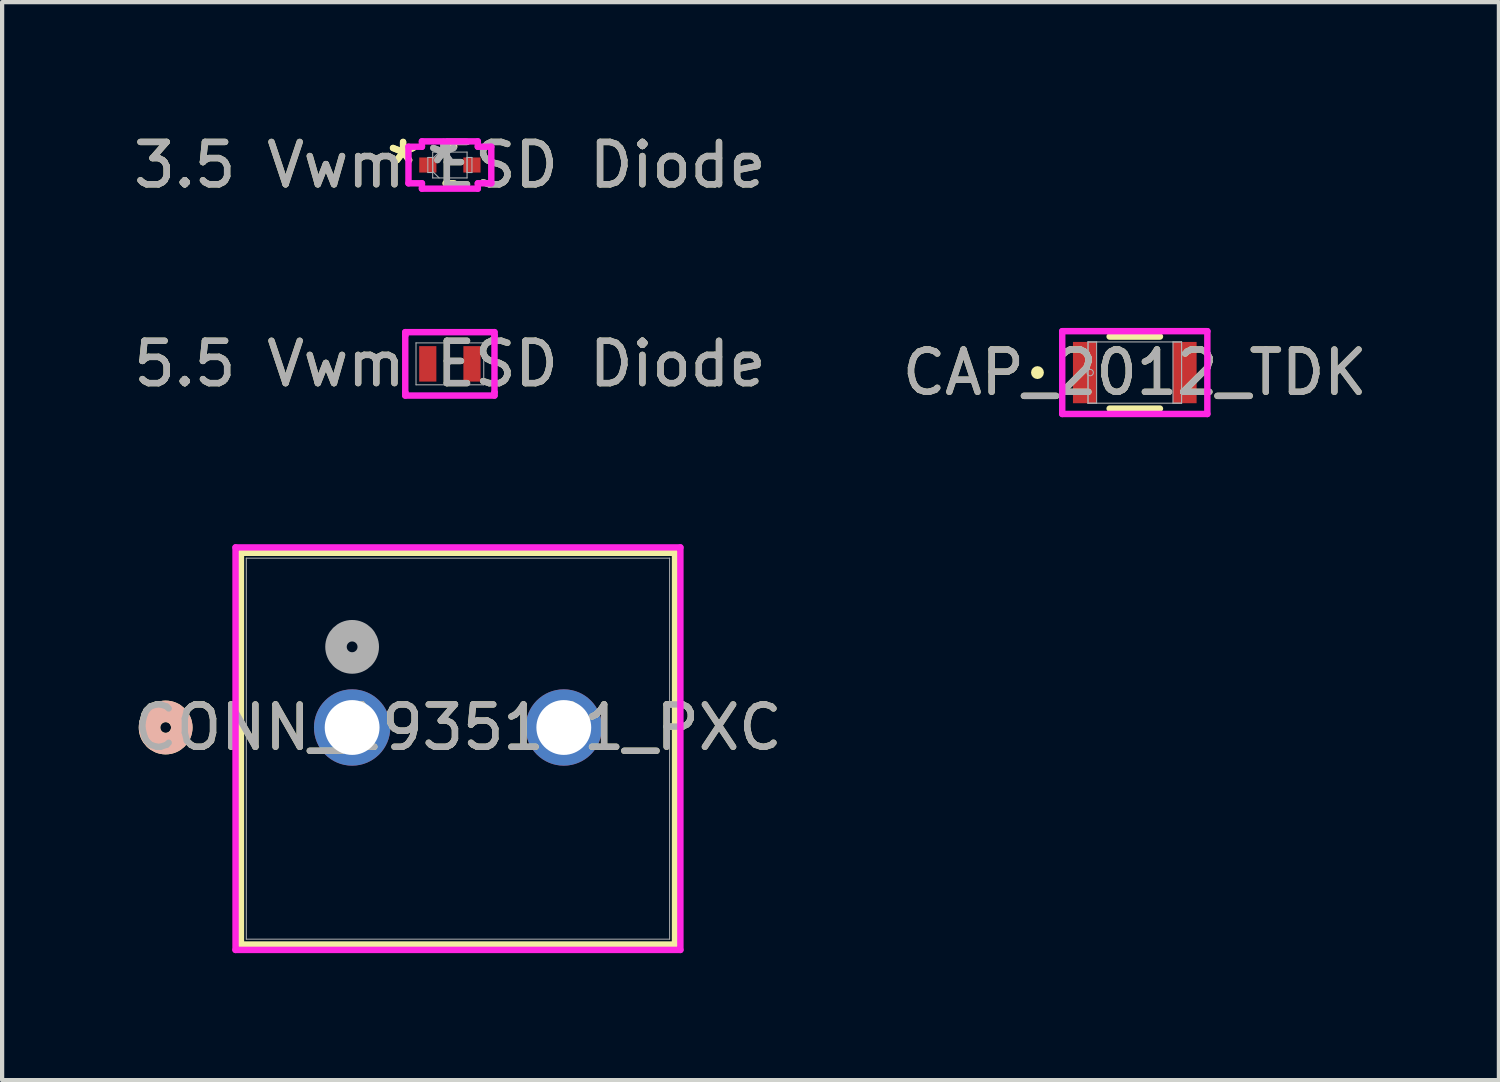
<source format=kicad_pcb>
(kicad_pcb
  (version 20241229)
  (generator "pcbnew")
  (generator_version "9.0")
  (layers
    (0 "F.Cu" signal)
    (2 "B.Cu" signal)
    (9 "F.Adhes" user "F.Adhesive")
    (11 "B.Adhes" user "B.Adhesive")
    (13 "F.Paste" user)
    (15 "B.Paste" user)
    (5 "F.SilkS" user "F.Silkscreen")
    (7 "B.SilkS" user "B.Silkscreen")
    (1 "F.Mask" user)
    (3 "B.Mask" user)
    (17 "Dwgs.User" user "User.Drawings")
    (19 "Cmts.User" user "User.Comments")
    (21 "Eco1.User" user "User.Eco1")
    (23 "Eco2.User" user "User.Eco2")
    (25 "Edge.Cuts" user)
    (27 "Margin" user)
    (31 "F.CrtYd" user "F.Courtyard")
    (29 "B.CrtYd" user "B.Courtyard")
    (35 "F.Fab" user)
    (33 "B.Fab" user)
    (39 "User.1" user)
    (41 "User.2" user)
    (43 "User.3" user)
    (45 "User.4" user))
  (footprint "5.5 Vwm ESD Diode"
    (layer "F.Cu")
    (at 7.577 5.545)
    (property "Reference" "5.5 Vwm ESD Diode" (at 0 0 0) (unlocked yes) (layer "F.SilkS") (effects (font (size 1 1) (thickness 0.15))))
    (attr smd)
    (fp_line (start -1.054 -0.749) (end 1.054 -0.749) (stroke (width 0.152) (type solid)) (layer "F.CrtYd"))
    (fp_line (start -1.054 -0.673) (end -1.054 -0.749) (stroke (width 0.152) (type solid)) (layer "F.CrtYd"))
    (fp_line (start -1.054 -0.673) (end -1.054 -0.673) (stroke (width 0.152) (type solid)) (layer "F.CrtYd"))
    (fp_line (start -1.054 0.673) (end -1.054 -0.673) (stroke (width 0.152) (type solid)) (layer "F.CrtYd"))
    (fp_line (start -1.054 0.673) (end -1.054 0.673) (stroke (width 0.152) (type solid)) (layer "F.CrtYd"))
    (fp_line (start -1.054 0.749) (end -1.054 0.673) (stroke (width 0.152) (type solid)) (layer "F.CrtYd"))
    (fp_line (start 1.054 -0.749) (end 1.054 -0.673) (stroke (width 0.152) (type solid)) (layer "F.CrtYd"))
    (fp_line (start 1.054 -0.673) (end 1.054 -0.673) (stroke (width 0.152) (type solid)) (layer "F.CrtYd"))
    (fp_line (start 1.054 -0.673) (end 1.054 0.673) (stroke (width 0.152) (type solid)) (layer "F.CrtYd"))
    (fp_line (start 1.054 0.673) (end 1.054 0.673) (stroke (width 0.152) (type solid)) (layer "F.CrtYd"))
    (fp_line (start 1.054 0.673) (end 1.054 0.749) (stroke (width 0.152) (type solid)) (layer "F.CrtYd"))
    (fp_line (start 1.054 0.749) (end -1.054 0.749) (stroke (width 0.152) (type solid)) (layer "F.CrtYd"))
    (fp_line (start -0.8 -0.495) (end -0.8 0.495) (stroke (width 0.025) (type solid)) (layer "F.Fab"))
    (fp_line (start -0.8 0.495) (end 0.8 0.495) (stroke (width 0.025) (type solid)) (layer "F.Fab"))
    (fp_line (start 0.8 -0.495) (end -0.8 -0.495) (stroke (width 0.025) (type solid)) (layer "F.Fab"))
    (fp_line (start 0.8 0.495) (end 0.8 -0.495) (stroke (width 0.025) (type solid)) (layer "F.Fab"))
    (fp_circle (center 0 0) (end 0 0) (stroke (width 0.025) (type solid)) (fill no) (layer "F.Fab"))
    (fp_text user "${REFERENCE}" (at 0 0 0) (unlocked yes) (layer "F.Fab") (effects (font (size 1 1) (thickness 0.15))))
    (pad "1" smd rect (at -0.522 0) (size 0.406 0.838) (layers "F.Cu" "F.Mask" "F.Paste"))
    (pad "2" smd rect (at 0.522 0) (size 0.406 0.838) (layers "F.Cu" "F.Mask" "F.Paste")))
  (footprint "CONN_1935161_PXC"
    (layer "F.Cu")
    (at 5.268 14.135)
    (property "Reference" "CONN_1935161_PXC" (at 2.5 0 0) (unlocked yes) (layer "F.SilkS") (effects (font (size 1 1) (thickness 0.15))))
    (attr through_hole)
    (fp_line (start -2.627 -4.127) (end -2.627 5.127) (stroke (width 0.152) (type solid)) (layer "F.SilkS"))
    (fp_line (start -2.627 5.127) (end 7.627 5.127) (stroke (width 0.152) (type solid)) (layer "F.SilkS"))
    (fp_line (start 7.627 -4.127) (end -2.627 -4.127) (stroke (width 0.152) (type solid)) (layer "F.SilkS"))
    (fp_line (start 7.627 5.127) (end 7.627 -4.127) (stroke (width 0.152) (type solid)) (layer "F.SilkS"))
    (fp_circle (center -4.405 0) (end -4.024 0) (stroke (width 0.508) (type solid)) (fill no) (layer "F.SilkS"))
    (fp_circle (center -4.405 0) (end -4.024 0) (stroke (width 0.508) (type solid)) (fill no) (layer "B.SilkS"))
    (fp_line (start -2.754 -4.254) (end -2.754 5.254) (stroke (width 0.152) (type solid)) (layer "F.CrtYd"))
    (fp_line (start -2.754 5.254) (end 7.754 5.254) (stroke (width 0.152) (type solid)) (layer "F.CrtYd"))
    (fp_line (start 7.754 -4.254) (end -2.754 -4.254) (stroke (width 0.152) (type solid)) (layer "F.CrtYd"))
    (fp_line (start 7.754 5.254) (end 7.754 -4.254) (stroke (width 0.152) (type solid)) (layer "F.CrtYd"))
    (fp_line (start -2.5 -4) (end -2.5 5) (stroke (width 0.025) (type solid)) (layer "F.Fab"))
    (fp_line (start -2.5 5) (end 7.5 5) (stroke (width 0.025) (type solid)) (layer "F.Fab"))
    (fp_line (start 7.5 -4) (end -2.5 -4) (stroke (width 0.025) (type solid)) (layer "F.Fab"))
    (fp_line (start 7.5 5) (end 7.5 -4) (stroke (width 0.025) (type solid)) (layer "F.Fab"))
    (fp_circle (center 0 -1.905) (end 0.381 -1.905) (stroke (width 0.508) (type solid)) (fill no) (layer "F.Fab"))
    (fp_text user "${REFERENCE}" (at 2.5 0 0) (unlocked yes) (layer "F.Fab") (effects (font (size 1 1) (thickness 0.15))))
    (pad "1" thru_hole circle (at 0 0) (size 1.803 1.803) (drill 1.295) (layers "*.Cu" "*.Mask"))
    (pad "2" thru_hole circle (at 5 0) (size 1.803 1.803) (drill 1.295) (layers "*.Cu" "*.Mask")))
  (footprint "CAP_2012_TDK"
    (layer "F.Cu")
    (at 23.756 5.751)
    (property "Reference" "CAP_2012_TDK" (at 0 0 0) (unlocked yes) (layer "F.SilkS") (effects (font (size 1 1) (thickness 0.15))))
    (attr smd)
    (fp_line (start -0.594 0.851) (end 0.594 0.851) (stroke (width 0.152) (type solid)) (layer "F.SilkS"))
    (fp_line (start 0.594 -0.851) (end -0.594 -0.851) (stroke (width 0.152) (type solid)) (layer "F.SilkS"))
    (fp_circle (center -2.299 0) (end -2.223 0) (stroke (width 0.152) (type solid)) (fill no) (layer "F.SilkS"))
    (fp_line (start -1.714 -0.978) (end 1.714 -0.978) (stroke (width 0.152) (type solid)) (layer "F.CrtYd"))
    (fp_line (start -1.714 0.978) (end -1.714 -0.978) (stroke (width 0.152) (type solid)) (layer "F.CrtYd"))
    (fp_line (start 1.714 -0.978) (end 1.714 0.978) (stroke (width 0.152) (type solid)) (layer "F.CrtYd"))
    (fp_line (start 1.714 0.978) (end -1.714 0.978) (stroke (width 0.152) (type solid)) (layer "F.CrtYd"))
    (fp_line (start -1.105 -0.724) (end -1.105 0.724) (stroke (width 0.025) (type solid)) (layer "F.Fab"))
    (fp_line (start -1.105 -0.724) (end -1.105 0.724) (stroke (width 0.025) (type solid)) (layer "F.Fab"))
    (fp_line (start -1.105 0.724) (end -0.902 0.724) (stroke (width 0.025) (type solid)) (layer "F.Fab"))
    (fp_line (start -1.105 0.724) (end 1.105 0.724) (stroke (width 0.025) (type solid)) (layer "F.Fab"))
    (fp_line (start -0.902 -0.724) (end -1.105 -0.724) (stroke (width 0.025) (type solid)) (layer "F.Fab"))
    (fp_line (start -0.902 0.724) (end -0.902 -0.724) (stroke (width 0.025) (type solid)) (layer "F.Fab"))
    (fp_line (start 0.902 -0.724) (end 0.902 0.724) (stroke (width 0.025) (type solid)) (layer "F.Fab"))
    (fp_line (start 0.902 0.724) (end 1.105 0.724) (stroke (width 0.025) (type solid)) (layer "F.Fab"))
    (fp_line (start 1.105 -0.724) (end -1.105 -0.724) (stroke (width 0.025) (type solid)) (layer "F.Fab"))
    (fp_line (start 1.105 -0.724) (end 0.902 -0.724) (stroke (width 0.025) (type solid)) (layer "F.Fab"))
    (fp_line (start 1.105 0.724) (end 1.105 -0.724) (stroke (width 0.025) (type solid)) (layer "F.Fab"))
    (fp_line (start 1.105 0.724) (end 1.105 -0.724) (stroke (width 0.025) (type solid)) (layer "F.Fab"))
    (fp_circle (center -1.054 0) (end -0.978 0) (stroke (width 0.025) (type solid)) (fill no) (layer "F.Fab"))
    (fp_text user "${REFERENCE}" (at 0 0 0) (unlocked yes) (layer "F.Fab") (effects (font (size 1 1) (thickness 0.15))))
    (pad "1" smd rect (at -1.181 0) (size 0.559 1.448) (layers "F.Cu" "F.Mask" "F.Paste"))
    (pad "2" smd rect (at 1.181 0) (size 0.559 1.448) (layers "F.Cu" "F.Mask" "F.Paste"))
    (zone (net_name "") (layer "F.Cu") (hatch full 0.508) (connect_pads) (min_thickness 0.254) (filled_areas_thickness no) (keepout (tracks not_allowed) (vias not_allowed) (pads allowed) (copperpour not_allowed) (footprints allowed)) (placement (enabled no)) (fill) (polygon (pts (xy 22.905 5.077) (xy 24.607 5.077) (xy 24.607 6.424) (xy 22.905 6.424)))))
  (footprint "3.5 Vwm ESD Diode"
    (layer "F.Cu")
    (at 7.577 0.848)
    (property "Reference" "3.5 Vwm ESD Diode" (at 0 0 0) (unlocked yes) (layer "F.SilkS") (effects (font (size 1 1) (thickness 0.15))))
    (attr smd)
    (fp_line (start -0.103 0.432) (end 0.103 0.432) (stroke (width 0.152) (type solid)) (layer "F.SilkS"))
    (fp_line (start 0.103 -0.432) (end -0.103 -0.432) (stroke (width 0.152) (type solid)) (layer "F.SilkS"))
    (fp_line (start -0.978 -0.432) (end -0.66 -0.432) (stroke (width 0.152) (type solid)) (layer "F.CrtYd"))
    (fp_line (start -0.978 0.432) (end -0.978 -0.432) (stroke (width 0.152) (type solid)) (layer "F.CrtYd"))
    (fp_line (start -0.66 -0.559) (end 0.66 -0.559) (stroke (width 0.152) (type solid)) (layer "F.CrtYd"))
    (fp_line (start -0.66 -0.432) (end -0.66 -0.559) (stroke (width 0.152) (type solid)) (layer "F.CrtYd"))
    (fp_line (start -0.66 0.432) (end -0.978 0.432) (stroke (width 0.152) (type solid)) (layer "F.CrtYd"))
    (fp_line (start -0.66 0.559) (end -0.66 0.432) (stroke (width 0.152) (type solid)) (layer "F.CrtYd"))
    (fp_line (start 0.66 -0.559) (end 0.66 -0.432) (stroke (width 0.152) (type solid)) (layer "F.CrtYd"))
    (fp_line (start 0.66 -0.432) (end 0.978 -0.432) (stroke (width 0.152) (type solid)) (layer "F.CrtYd"))
    (fp_line (start 0.66 0.432) (end 0.66 0.559) (stroke (width 0.152) (type solid)) (layer "F.CrtYd"))
    (fp_line (start 0.66 0.559) (end -0.66 0.559) (stroke (width 0.152) (type solid)) (layer "F.CrtYd"))
    (fp_line (start 0.978 -0.432) (end 0.978 0.432) (stroke (width 0.152) (type solid)) (layer "F.CrtYd"))
    (fp_line (start 0.978 0.432) (end 0.66 0.432) (stroke (width 0.152) (type solid)) (layer "F.CrtYd"))
    (fp_line (start -0.521 -0.178) (end -0.521 0.178) (stroke (width 0.025) (type solid)) (layer "F.Fab"))
    (fp_line (start -0.521 0.178) (end -0.406 0.178) (stroke (width 0.025) (type solid)) (layer "F.Fab"))
    (fp_line (start -0.406 -0.305) (end -0.406 0.305) (stroke (width 0.025) (type solid)) (layer "F.Fab"))
    (fp_line (start -0.406 -0.178) (end -0.521 -0.178) (stroke (width 0.025) (type solid)) (layer "F.Fab"))
    (fp_line (start -0.406 -0.152) (end -0.254 -0.305) (stroke (width 0.025) (type solid)) (layer "F.Fab"))
    (fp_line (start -0.406 0.152) (end -0.254 0.305) (stroke (width 0.025) (type solid)) (layer "F.Fab"))
    (fp_line (start -0.406 0.178) (end -0.406 -0.178) (stroke (width 0.025) (type solid)) (layer "F.Fab"))
    (fp_line (start -0.406 0.305) (end 0.406 0.305) (stroke (width 0.025) (type solid)) (layer "F.Fab"))
    (fp_line (start 0.406 -0.305) (end -0.406 -0.305) (stroke (width 0.025) (type solid)) (layer "F.Fab"))
    (fp_line (start 0.406 -0.178) (end 0.406 0.178) (stroke (width 0.025) (type solid)) (layer "F.Fab"))
    (fp_line (start 0.406 0.178) (end 0.521 0.178) (stroke (width 0.025) (type solid)) (layer "F.Fab"))
    (fp_line (start 0.406 0.305) (end 0.406 -0.305) (stroke (width 0.025) (type solid)) (layer "F.Fab"))
    (fp_line (start 0.521 -0.178) (end 0.406 -0.178) (stroke (width 0.025) (type solid)) (layer "F.Fab"))
    (fp_line (start 0.521 0.178) (end 0.521 -0.178) (stroke (width 0.025) (type solid)) (layer "F.Fab"))
    (fp_text user "*" (at -1.105 0 0) (layer "F.SilkS") (effects (font (size 1 1) (thickness 0.15))))
    (fp_text user "*" (at -1.105 0 0) (unlocked yes) (layer "F.SilkS") (effects (font (size 1 1) (thickness 0.15))))
    (fp_text user "*" (at -0.152 0 0) (layer "F.Fab") (effects (font (size 1 1) (thickness 0.15))))
    (fp_text user "${REFERENCE}" (at 0 0 0) (unlocked yes) (layer "F.Fab") (effects (font (size 1 1) (thickness 0.15))))
    (fp_text user "*" (at -0.152 0 0) (unlocked yes) (layer "F.Fab") (effects (font (size 1 1) (thickness 0.15))))
    (pad "1" smd rect (at -0.521 0) (size 0.406 0.356) (layers "F.Cu" "F.Mask" "F.Paste"))
    (pad "2" smd rect (at 0.521 0) (size 0.406 0.356) (layers "F.Cu" "F.Mask" "F.Paste"))
    (zone (net_name "") (layer "F.Cu") (hatch full 0.508) (connect_pads) (min_thickness 0.254) (filled_areas_thickness no) (keepout (tracks not_allowed) (vias not_allowed) (pads allowed) (copperpour not_allowed) (footprints allowed)) (placement (enabled no)) (fill) (polygon (pts (xy 7.311 0.594) (xy 7.844 0.594) (xy 7.844 1.102) (xy 7.311 1.102)))))
  (gr_rect
    (start -3 -3)
    (end 32.357 22.465)
    (stroke (width 0.1) (type default))
    (fill no)
    (layer "Edge.Cuts")))
</source>
